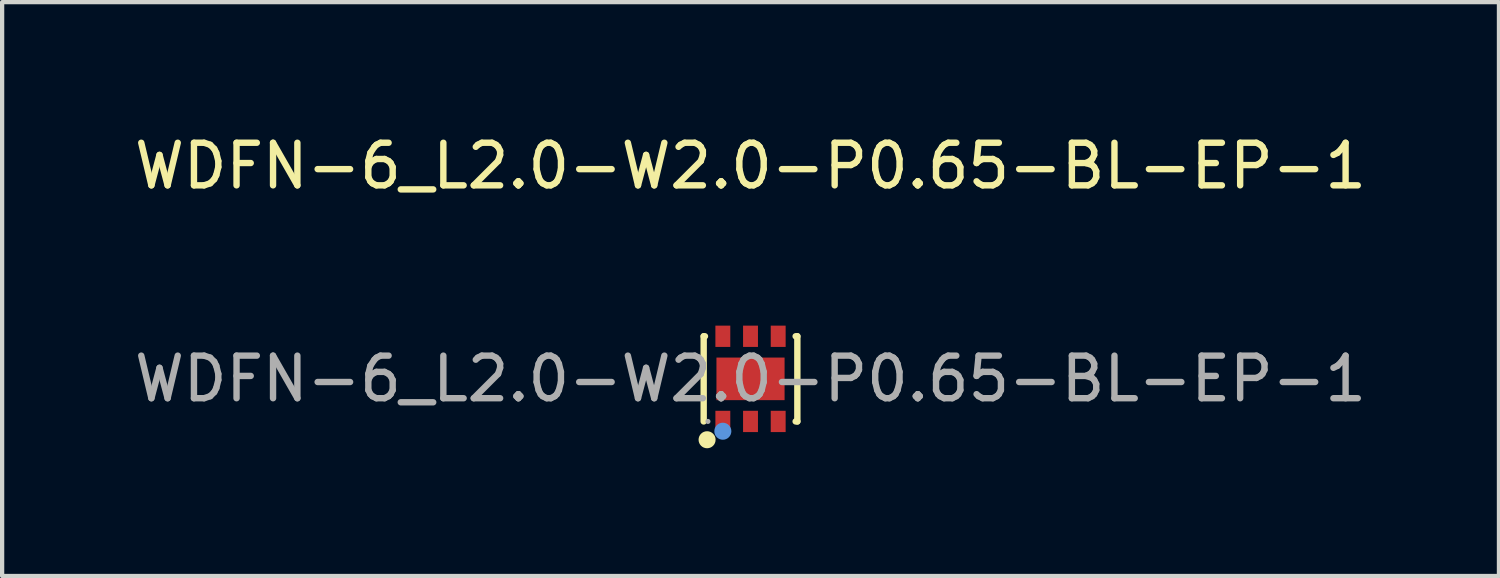
<source format=kicad_pcb>
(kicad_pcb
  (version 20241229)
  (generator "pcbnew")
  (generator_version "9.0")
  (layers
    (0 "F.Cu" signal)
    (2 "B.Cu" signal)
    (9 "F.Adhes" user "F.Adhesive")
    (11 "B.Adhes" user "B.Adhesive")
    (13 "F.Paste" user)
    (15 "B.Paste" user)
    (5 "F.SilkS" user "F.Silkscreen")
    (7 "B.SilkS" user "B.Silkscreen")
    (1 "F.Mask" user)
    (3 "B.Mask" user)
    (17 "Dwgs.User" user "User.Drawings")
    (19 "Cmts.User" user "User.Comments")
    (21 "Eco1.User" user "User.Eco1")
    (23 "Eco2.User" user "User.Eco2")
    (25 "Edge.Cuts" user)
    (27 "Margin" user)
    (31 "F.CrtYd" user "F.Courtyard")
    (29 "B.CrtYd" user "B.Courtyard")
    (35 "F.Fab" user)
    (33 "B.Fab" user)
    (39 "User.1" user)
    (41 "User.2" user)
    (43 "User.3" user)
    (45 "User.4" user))
  (footprint "WDFN-6_L2.0-W2.0-P0.65-BL-EP-1"
    (layer "F.Cu")
    (at 14.577 5.848)
    (property "Reference" "WDFN-6_L2.0-W2.0-P0.65-BL-EP-1" (at 0 -5 0) (layer "F.SilkS") (effects (font (size 1 1) (thickness 0.15))))
    (attr smd)
    (fp_line (start -1.1 -1) (end -1.1 1) (stroke (width 0.15) (type solid)) (layer "F.SilkS"))
    (fp_line (start -1.1 -1) (end -1.07 -1) (stroke (width 0.15) (type solid)) (layer "F.SilkS"))
    (fp_line (start 1.06 -1) (end 1.1 -1) (stroke (width 0.15) (type solid)) (layer "F.SilkS"))
    (fp_line (start 1.1 1) (end 1.06 1) (stroke (width 0.15) (type solid)) (layer "F.SilkS"))
    (fp_line (start 1.1 1) (end 1.1 -1) (stroke (width 0.15) (type solid)) (layer "F.SilkS"))
    (fp_circle (center -1.02 1.43) (end -0.92 1.43) (stroke (width 0.2) (type solid)) (fill no) (layer "F.SilkS"))
    (fp_circle (center -0.65 1.23) (end -0.55 1.23) (stroke (width 0.2) (type solid)) (fill no) (layer "Cmts.User"))
    (fp_circle (center -1 1) (end -0.97 1) (stroke (width 0.06) (type solid)) (fill no) (layer "F.Fab"))
    (fp_text user "${REFERENCE}" (at 0 0 0) (layer "F.Fab") (effects (font (size 1 1) (thickness 0.15))))
    (pad "1" smd rect (at -0.65 1 90) (size 0.5 0.35) (layers "F.Cu" "F.Mask" "F.Paste"))
    (pad "2" smd rect (at 0 1 90) (size 0.5 0.35) (layers "F.Cu" "F.Mask" "F.Paste"))
    (pad "3" smd rect (at 0.65 1 90) (size 0.5 0.35) (layers "F.Cu" "F.Mask" "F.Paste"))
    (pad "4" smd rect (at 0.65 -1 90) (size 0.5 0.35) (layers "F.Cu" "F.Mask" "F.Paste"))
    (pad "5" smd rect (at 0 -1 90) (size 0.5 0.35) (layers "F.Cu" "F.Mask" "F.Paste"))
    (pad "6" smd rect (at -0.65 -1 90) (size 0.5 0.35) (layers "F.Cu" "F.Mask" "F.Paste"))
    (pad "7" smd rect (at 0 0 180) (size 1.6 1) (layers "F.Cu" "F.Mask" "F.Paste")))
  (gr_rect
    (start -3 -3)
    (end 32.155 10.478)
    (stroke (width 0.1) (type default))
    (fill no)
    (layer "Edge.Cuts")))
</source>
